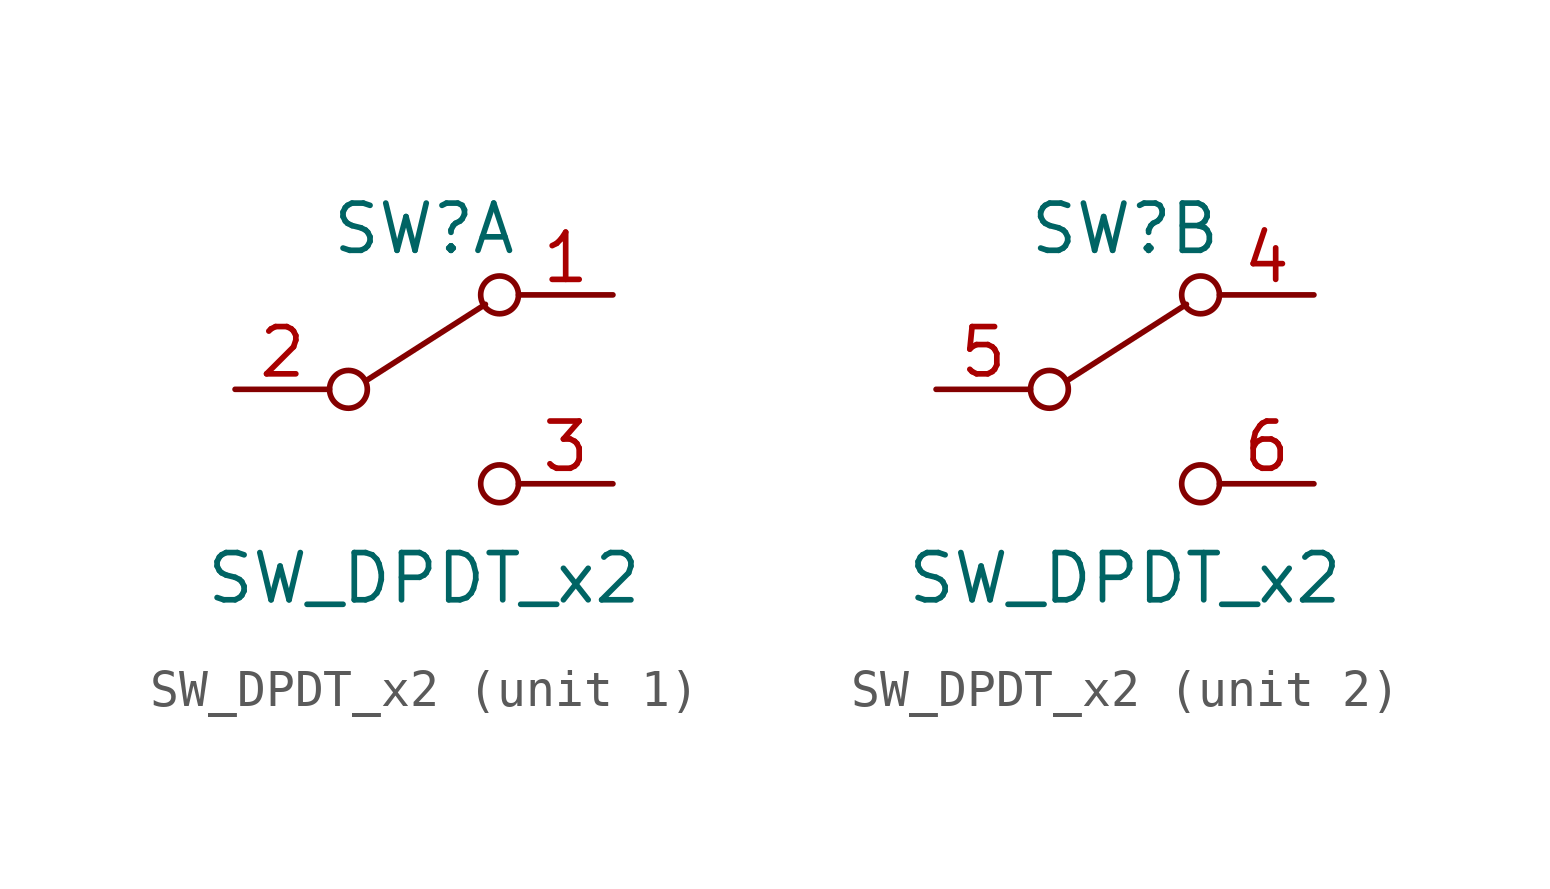
<source format=kicad_sym>
(kicad_symbol_lib
  (version 20211014)
  (generator kicad_symbol_editor)
  (symbol "SW_DPDT_x2"
    (pin_names
      (offset 0) hide)
    (property "Reference" "SW"
      (at 0 4.318 0)
      (effects (font (size 1.27 1.27))))
    (property "Value" "SW_DPDT_x2"
      (at 0 -5.08 0)
      (effects (font (size 1.27 1.27))))
    (property "Footprint" ""
      (at 0 0 0)
      (effects (font (size 1.27 1.27))))
    (property "Datasheet" ""
      (at 0 0 0)
      (effects (font (size 1.27 1.27))))
    (symbol "SW_DPDT_x2_0_0"
      (circle (center -2.032 0) (radius 0.508) (stroke (width 0) (type default) (color 0 0 0 0)) (fill (type none)))
      (circle (center 2.032 -2.54) (radius 0.508) (stroke (width 0) (type default) (color 0 0 0 0)) (fill (type none))))
    (symbol "SW_DPDT_x2_0_1"
      (polyline (pts (xy -1.524 0.254) (xy 1.651 2.286)) (stroke (width 0) (type default) (color 0 0 0 0)) (fill (type none)))
      (circle (center 2.032 2.54) (radius 0.508) (stroke (width 0) (type default) (color 0 0 0 0)) (fill (type none))))
    (symbol "SW_DPDT_x2_1_1"
      (pin passive line (at 5.08 2.54 180) (length 2.54) (name "A" (effects (font (size 1.27 1.27)))) (number "1" (effects (font (size 1.27 1.27)))))
      (pin passive line (at -5.08 0 0) (length 2.54) (name "B" (effects (font (size 1.27 1.27)))) (number "2" (effects (font (size 1.27 1.27)))))
      (pin passive line (at 5.08 -2.54 180) (length 2.54) (name "C" (effects (font (size 1.27 1.27)))) (number "3" (effects (font (size 1.27 1.27))))))
    (symbol "SW_DPDT_x2_2_1"
      (pin passive line (at 5.08 2.54 180) (length 2.54) (name "A" (effects (font (size 1.27 1.27)))) (number "4" (effects (font (size 1.27 1.27)))))
      (pin passive line (at -5.08 0 0) (length 2.54) (name "B" (effects (font (size 1.27 1.27)))) (number "5" (effects (font (size 1.27 1.27)))))
      (pin passive line (at 5.08 -2.54 180) (length 2.54) (name "C" (effects (font (size 1.27 1.27)))) (number "6" (effects (font (size 1.27 1.27))))))))
</source>
